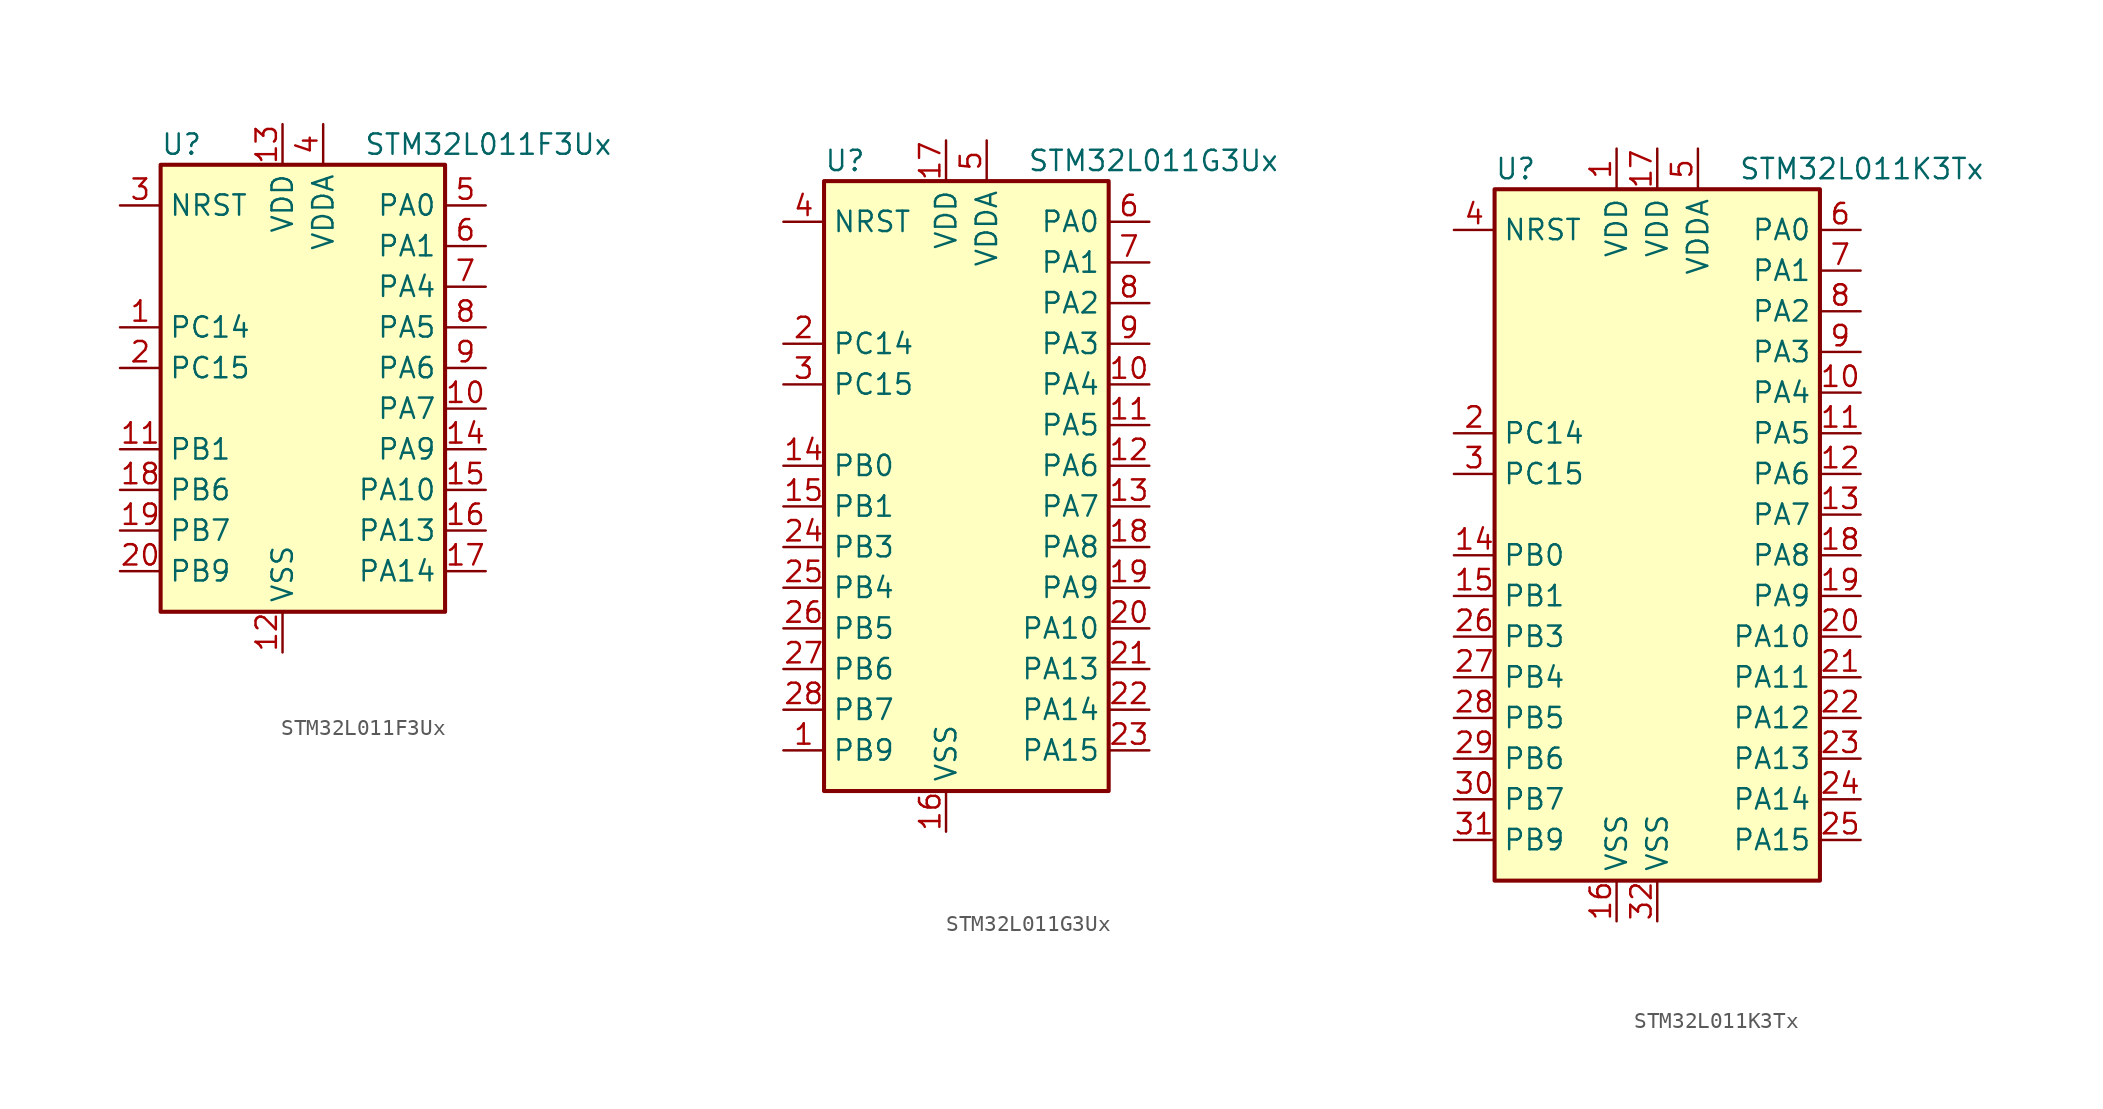
<source format=kicad_sym>
(kicad_symbol_lib
  (version 20201005)
  (generator kicad_symbol_editor)
  (symbol "MCU_ST_STM32L0:STM32L011F3Ux"
    (property "Reference" "U"
      (at -10.16 13.97 0)
      (effects (font (size 1.27 1.27)) (justify left)))
    (property "Value" "STM32L011F3Ux"
      (at 2.54 13.97 0)
      (effects (font (size 1.27 1.27)) (justify left)))
    (symbol "STM32L011F3Ux_0_1"
      (rectangle (start -10.16 -15.24) (end 7.62 12.7) (stroke (width 0.254)) (fill (type background))))
    (symbol "STM32L011F3Ux_1_1"
      (pin input line (at -12.7 10.16 0) (length 2.54) (name "NRST" (effects (font (size 1.27 1.27)))) (number "3" (effects (font (size 1.27 1.27)))))
      (pin bidirectional line (at 10.16 10.16 180) (length 2.54) (name "PA0" (effects (font (size 1.27 1.27)))) (number "5" (effects (font (size 1.27 1.27)))))
      (pin bidirectional line (at 10.16 7.62 180) (length 2.54) (name "PA1" (effects (font (size 1.27 1.27)))) (number "6" (effects (font (size 1.27 1.27)))))
      (pin bidirectional line (at 10.16 -7.62 180) (length 2.54) (name "PA10" (effects (font (size 1.27 1.27)))) (number "15" (effects (font (size 1.27 1.27)))))
      (pin bidirectional line (at 10.16 -10.16 180) (length 2.54) (name "PA13" (effects (font (size 1.27 1.27)))) (number "16" (effects (font (size 1.27 1.27)))))
      (pin bidirectional line (at 10.16 -12.7 180) (length 2.54) (name "PA14" (effects (font (size 1.27 1.27)))) (number "17" (effects (font (size 1.27 1.27)))))
      (pin bidirectional line (at 10.16 5.08 180) (length 2.54) (name "PA4" (effects (font (size 1.27 1.27)))) (number "7" (effects (font (size 1.27 1.27)))))
      (pin bidirectional line (at 10.16 2.54 180) (length 2.54) (name "PA5" (effects (font (size 1.27 1.27)))) (number "8" (effects (font (size 1.27 1.27)))))
      (pin bidirectional line (at 10.16 0 180) (length 2.54) (name "PA6" (effects (font (size 1.27 1.27)))) (number "9" (effects (font (size 1.27 1.27)))))
      (pin bidirectional line (at 10.16 -2.54 180) (length 2.54) (name "PA7" (effects (font (size 1.27 1.27)))) (number "10" (effects (font (size 1.27 1.27)))))
      (pin bidirectional line (at 10.16 -5.08 180) (length 2.54) (name "PA9" (effects (font (size 1.27 1.27)))) (number "14" (effects (font (size 1.27 1.27)))))
      (pin bidirectional line (at -12.7 -5.08 0) (length 2.54) (name "PB1" (effects (font (size 1.27 1.27)))) (number "11" (effects (font (size 1.27 1.27)))))
      (pin bidirectional line (at -12.7 -7.62 0) (length 2.54) (name "PB6" (effects (font (size 1.27 1.27)))) (number "18" (effects (font (size 1.27 1.27)))))
      (pin bidirectional line (at -12.7 -10.16 0) (length 2.54) (name "PB7" (effects (font (size 1.27 1.27)))) (number "19" (effects (font (size 1.27 1.27)))))
      (pin bidirectional line (at -12.7 -12.7 0) (length 2.54) (name "PB9" (effects (font (size 1.27 1.27)))) (number "20" (effects (font (size 1.27 1.27)))))
      (pin bidirectional line (at -12.7 2.54 0) (length 2.54) (name "PC14" (effects (font (size 1.27 1.27)))) (number "1" (effects (font (size 1.27 1.27)))))
      (pin bidirectional line (at -12.7 0 0) (length 2.54) (name "PC15" (effects (font (size 1.27 1.27)))) (number "2" (effects (font (size 1.27 1.27)))))
      (pin power_in line (at -2.54 15.24 270) (length 2.54) (name "VDD" (effects (font (size 1.27 1.27)))) (number "13" (effects (font (size 1.27 1.27)))))
      (pin power_in line (at 0 15.24 270) (length 2.54) (name "VDDA" (effects (font (size 1.27 1.27)))) (number "4" (effects (font (size 1.27 1.27)))))
      (pin power_in line (at -2.54 -17.78 90) (length 2.54) (name "VSS" (effects (font (size 1.27 1.27)))) (number "12" (effects (font (size 1.27 1.27)))))))
  (symbol "MCU_ST_STM32L0:STM32L011G3Ux"
    (property "Reference" "U"
      (at -10.16 19.05 0)
      (effects (font (size 1.27 1.27)) (justify left)))
    (property "Value" "STM32L011G3Ux"
      (at 2.54 19.05 0)
      (effects (font (size 1.27 1.27)) (justify left)))
    (symbol "STM32L011G3Ux_0_1"
      (rectangle (start -10.16 -20.32) (end 7.62 17.78) (stroke (width 0.254)) (fill (type background))))
    (symbol "STM32L011G3Ux_1_1"
      (pin input line (at -12.7 15.24 0) (length 2.54) (name "NRST" (effects (font (size 1.27 1.27)))) (number "4" (effects (font (size 1.27 1.27)))))
      (pin bidirectional line (at 10.16 15.24 180) (length 2.54) (name "PA0" (effects (font (size 1.27 1.27)))) (number "6" (effects (font (size 1.27 1.27)))))
      (pin bidirectional line (at 10.16 12.7 180) (length 2.54) (name "PA1" (effects (font (size 1.27 1.27)))) (number "7" (effects (font (size 1.27 1.27)))))
      (pin bidirectional line (at 10.16 -10.16 180) (length 2.54) (name "PA10" (effects (font (size 1.27 1.27)))) (number "20" (effects (font (size 1.27 1.27)))))
      (pin bidirectional line (at 10.16 -12.7 180) (length 2.54) (name "PA13" (effects (font (size 1.27 1.27)))) (number "21" (effects (font (size 1.27 1.27)))))
      (pin bidirectional line (at 10.16 -15.24 180) (length 2.54) (name "PA14" (effects (font (size 1.27 1.27)))) (number "22" (effects (font (size 1.27 1.27)))))
      (pin bidirectional line (at 10.16 -17.78 180) (length 2.54) (name "PA15" (effects (font (size 1.27 1.27)))) (number "23" (effects (font (size 1.27 1.27)))))
      (pin bidirectional line (at 10.16 10.16 180) (length 2.54) (name "PA2" (effects (font (size 1.27 1.27)))) (number "8" (effects (font (size 1.27 1.27)))))
      (pin bidirectional line (at 10.16 7.62 180) (length 2.54) (name "PA3" (effects (font (size 1.27 1.27)))) (number "9" (effects (font (size 1.27 1.27)))))
      (pin bidirectional line (at 10.16 5.08 180) (length 2.54) (name "PA4" (effects (font (size 1.27 1.27)))) (number "10" (effects (font (size 1.27 1.27)))))
      (pin bidirectional line (at 10.16 2.54 180) (length 2.54) (name "PA5" (effects (font (size 1.27 1.27)))) (number "11" (effects (font (size 1.27 1.27)))))
      (pin bidirectional line (at 10.16 0 180) (length 2.54) (name "PA6" (effects (font (size 1.27 1.27)))) (number "12" (effects (font (size 1.27 1.27)))))
      (pin bidirectional line (at 10.16 -2.54 180) (length 2.54) (name "PA7" (effects (font (size 1.27 1.27)))) (number "13" (effects (font (size 1.27 1.27)))))
      (pin bidirectional line (at 10.16 -5.08 180) (length 2.54) (name "PA8" (effects (font (size 1.27 1.27)))) (number "18" (effects (font (size 1.27 1.27)))))
      (pin bidirectional line (at 10.16 -7.62 180) (length 2.54) (name "PA9" (effects (font (size 1.27 1.27)))) (number "19" (effects (font (size 1.27 1.27)))))
      (pin bidirectional line (at -12.7 0 0) (length 2.54) (name "PB0" (effects (font (size 1.27 1.27)))) (number "14" (effects (font (size 1.27 1.27)))))
      (pin bidirectional line (at -12.7 -2.54 0) (length 2.54) (name "PB1" (effects (font (size 1.27 1.27)))) (number "15" (effects (font (size 1.27 1.27)))))
      (pin bidirectional line (at -12.7 -5.08 0) (length 2.54) (name "PB3" (effects (font (size 1.27 1.27)))) (number "24" (effects (font (size 1.27 1.27)))))
      (pin bidirectional line (at -12.7 -7.62 0) (length 2.54) (name "PB4" (effects (font (size 1.27 1.27)))) (number "25" (effects (font (size 1.27 1.27)))))
      (pin bidirectional line (at -12.7 -10.16 0) (length 2.54) (name "PB5" (effects (font (size 1.27 1.27)))) (number "26" (effects (font (size 1.27 1.27)))))
      (pin bidirectional line (at -12.7 -12.7 0) (length 2.54) (name "PB6" (effects (font (size 1.27 1.27)))) (number "27" (effects (font (size 1.27 1.27)))))
      (pin bidirectional line (at -12.7 -15.24 0) (length 2.54) (name "PB7" (effects (font (size 1.27 1.27)))) (number "28" (effects (font (size 1.27 1.27)))))
      (pin bidirectional line (at -12.7 -17.78 0) (length 2.54) (name "PB9" (effects (font (size 1.27 1.27)))) (number "1" (effects (font (size 1.27 1.27)))))
      (pin bidirectional line (at -12.7 7.62 0) (length 2.54) (name "PC14" (effects (font (size 1.27 1.27)))) (number "2" (effects (font (size 1.27 1.27)))))
      (pin bidirectional line (at -12.7 5.08 0) (length 2.54) (name "PC15" (effects (font (size 1.27 1.27)))) (number "3" (effects (font (size 1.27 1.27)))))
      (pin power_in line (at -2.54 20.32 270) (length 2.54) (name "VDD" (effects (font (size 1.27 1.27)))) (number "17" (effects (font (size 1.27 1.27)))))
      (pin power_in line (at 0 20.32 270) (length 2.54) (name "VDDA" (effects (font (size 1.27 1.27)))) (number "5" (effects (font (size 1.27 1.27)))))
      (pin power_in line (at -2.54 -22.86 90) (length 2.54) (name "VSS" (effects (font (size 1.27 1.27)))) (number "16" (effects (font (size 1.27 1.27)))))))
  (symbol "MCU_ST_STM32L0:STM32L011K3Tx"
    (property "Reference" "U"
      (at -10.16 21.59 0)
      (effects (font (size 1.27 1.27)) (justify left)))
    (property "Value" "STM32L011K3Tx"
      (at 5.08 21.59 0)
      (effects (font (size 1.27 1.27)) (justify left)))
    (symbol "STM32L011K3Tx_0_1"
      (rectangle (start -10.16 -22.86) (end 10.16 20.32) (stroke (width 0.254)) (fill (type background))))
    (symbol "STM32L011K3Tx_1_1"
      (pin input line (at -12.7 17.78 0) (length 2.54) (name "NRST" (effects (font (size 1.27 1.27)))) (number "4" (effects (font (size 1.27 1.27)))))
      (pin bidirectional line (at 12.7 17.78 180) (length 2.54) (name "PA0" (effects (font (size 1.27 1.27)))) (number "6" (effects (font (size 1.27 1.27)))))
      (pin bidirectional line (at 12.7 15.24 180) (length 2.54) (name "PA1" (effects (font (size 1.27 1.27)))) (number "7" (effects (font (size 1.27 1.27)))))
      (pin bidirectional line (at 12.7 -7.62 180) (length 2.54) (name "PA10" (effects (font (size 1.27 1.27)))) (number "20" (effects (font (size 1.27 1.27)))))
      (pin bidirectional line (at 12.7 -10.16 180) (length 2.54) (name "PA11" (effects (font (size 1.27 1.27)))) (number "21" (effects (font (size 1.27 1.27)))))
      (pin bidirectional line (at 12.7 -12.7 180) (length 2.54) (name "PA12" (effects (font (size 1.27 1.27)))) (number "22" (effects (font (size 1.27 1.27)))))
      (pin bidirectional line (at 12.7 -15.24 180) (length 2.54) (name "PA13" (effects (font (size 1.27 1.27)))) (number "23" (effects (font (size 1.27 1.27)))))
      (pin bidirectional line (at 12.7 -17.78 180) (length 2.54) (name "PA14" (effects (font (size 1.27 1.27)))) (number "24" (effects (font (size 1.27 1.27)))))
      (pin bidirectional line (at 12.7 -20.32 180) (length 2.54) (name "PA15" (effects (font (size 1.27 1.27)))) (number "25" (effects (font (size 1.27 1.27)))))
      (pin bidirectional line (at 12.7 12.7 180) (length 2.54) (name "PA2" (effects (font (size 1.27 1.27)))) (number "8" (effects (font (size 1.27 1.27)))))
      (pin bidirectional line (at 12.7 10.16 180) (length 2.54) (name "PA3" (effects (font (size 1.27 1.27)))) (number "9" (effects (font (size 1.27 1.27)))))
      (pin bidirectional line (at 12.7 7.62 180) (length 2.54) (name "PA4" (effects (font (size 1.27 1.27)))) (number "10" (effects (font (size 1.27 1.27)))))
      (pin bidirectional line (at 12.7 5.08 180) (length 2.54) (name "PA5" (effects (font (size 1.27 1.27)))) (number "11" (effects (font (size 1.27 1.27)))))
      (pin bidirectional line (at 12.7 2.54 180) (length 2.54) (name "PA6" (effects (font (size 1.27 1.27)))) (number "12" (effects (font (size 1.27 1.27)))))
      (pin bidirectional line (at 12.7 0 180) (length 2.54) (name "PA7" (effects (font (size 1.27 1.27)))) (number "13" (effects (font (size 1.27 1.27)))))
      (pin bidirectional line (at 12.7 -2.54 180) (length 2.54) (name "PA8" (effects (font (size 1.27 1.27)))) (number "18" (effects (font (size 1.27 1.27)))))
      (pin bidirectional line (at 12.7 -5.08 180) (length 2.54) (name "PA9" (effects (font (size 1.27 1.27)))) (number "19" (effects (font (size 1.27 1.27)))))
      (pin bidirectional line (at -12.7 -2.54 0) (length 2.54) (name "PB0" (effects (font (size 1.27 1.27)))) (number "14" (effects (font (size 1.27 1.27)))))
      (pin bidirectional line (at -12.7 -5.08 0) (length 2.54) (name "PB1" (effects (font (size 1.27 1.27)))) (number "15" (effects (font (size 1.27 1.27)))))
      (pin bidirectional line (at -12.7 -7.62 0) (length 2.54) (name "PB3" (effects (font (size 1.27 1.27)))) (number "26" (effects (font (size 1.27 1.27)))))
      (pin bidirectional line (at -12.7 -10.16 0) (length 2.54) (name "PB4" (effects (font (size 1.27 1.27)))) (number "27" (effects (font (size 1.27 1.27)))))
      (pin bidirectional line (at -12.7 -12.7 0) (length 2.54) (name "PB5" (effects (font (size 1.27 1.27)))) (number "28" (effects (font (size 1.27 1.27)))))
      (pin bidirectional line (at -12.7 -15.24 0) (length 2.54) (name "PB6" (effects (font (size 1.27 1.27)))) (number "29" (effects (font (size 1.27 1.27)))))
      (pin bidirectional line (at -12.7 -17.78 0) (length 2.54) (name "PB7" (effects (font (size 1.27 1.27)))) (number "30" (effects (font (size 1.27 1.27)))))
      (pin bidirectional line (at -12.7 -20.32 0) (length 2.54) (name "PB9" (effects (font (size 1.27 1.27)))) (number "31" (effects (font (size 1.27 1.27)))))
      (pin bidirectional line (at -12.7 5.08 0) (length 2.54) (name "PC14" (effects (font (size 1.27 1.27)))) (number "2" (effects (font (size 1.27 1.27)))))
      (pin bidirectional line (at -12.7 2.54 0) (length 2.54) (name "PC15" (effects (font (size 1.27 1.27)))) (number "3" (effects (font (size 1.27 1.27)))))
      (pin power_in line (at -2.54 22.86 270) (length 2.54) (name "VDD" (effects (font (size 1.27 1.27)))) (number "1" (effects (font (size 1.27 1.27)))))
      (pin power_in line (at 0 22.86 270) (length 2.54) (name "VDD" (effects (font (size 1.27 1.27)))) (number "17" (effects (font (size 1.27 1.27)))))
      (pin power_in line (at 2.54 22.86 270) (length 2.54) (name "VDDA" (effects (font (size 1.27 1.27)))) (number "5" (effects (font (size 1.27 1.27)))))
      (pin power_in line (at -2.54 -25.4 90) (length 2.54) (name "VSS" (effects (font (size 1.27 1.27)))) (number "16" (effects (font (size 1.27 1.27)))))
      (pin power_in line (at 0 -25.4 90) (length 2.54) (name "VSS" (effects (font (size 1.27 1.27)))) (number "32" (effects (font (size 1.27 1.27))))))))
</source>
